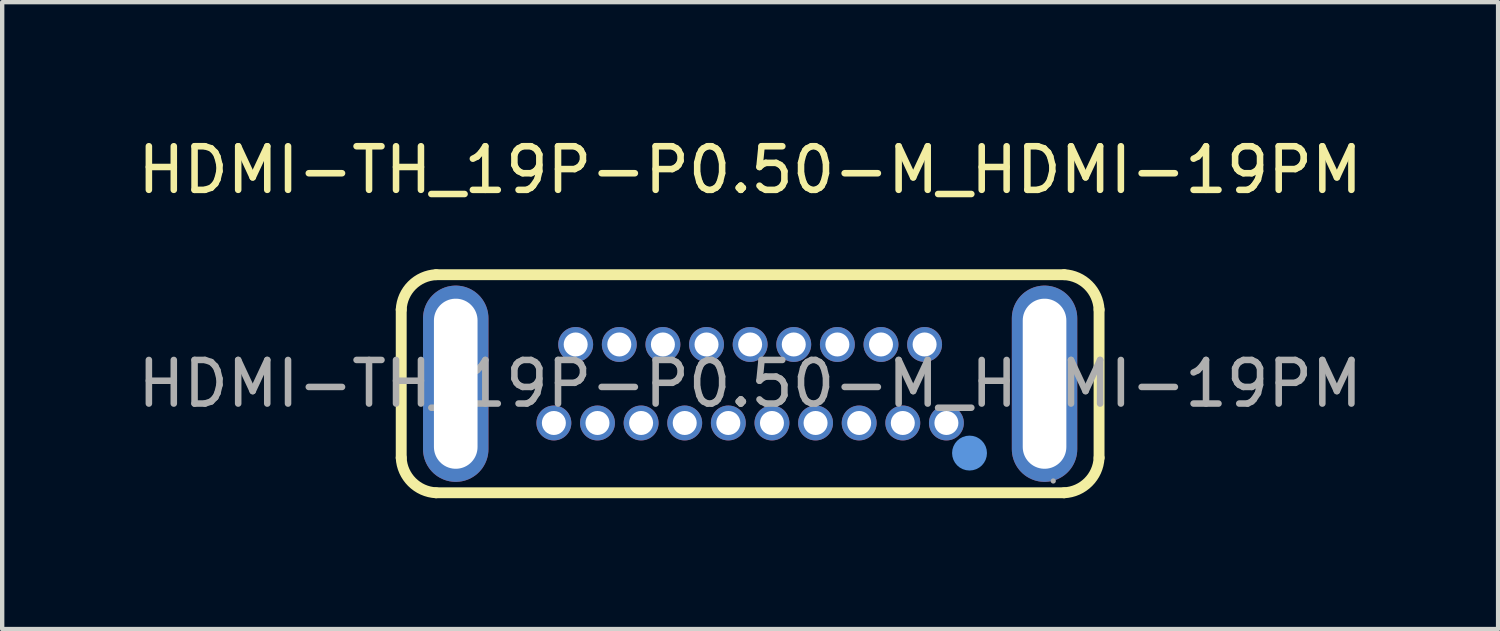
<source format=kicad_pcb>
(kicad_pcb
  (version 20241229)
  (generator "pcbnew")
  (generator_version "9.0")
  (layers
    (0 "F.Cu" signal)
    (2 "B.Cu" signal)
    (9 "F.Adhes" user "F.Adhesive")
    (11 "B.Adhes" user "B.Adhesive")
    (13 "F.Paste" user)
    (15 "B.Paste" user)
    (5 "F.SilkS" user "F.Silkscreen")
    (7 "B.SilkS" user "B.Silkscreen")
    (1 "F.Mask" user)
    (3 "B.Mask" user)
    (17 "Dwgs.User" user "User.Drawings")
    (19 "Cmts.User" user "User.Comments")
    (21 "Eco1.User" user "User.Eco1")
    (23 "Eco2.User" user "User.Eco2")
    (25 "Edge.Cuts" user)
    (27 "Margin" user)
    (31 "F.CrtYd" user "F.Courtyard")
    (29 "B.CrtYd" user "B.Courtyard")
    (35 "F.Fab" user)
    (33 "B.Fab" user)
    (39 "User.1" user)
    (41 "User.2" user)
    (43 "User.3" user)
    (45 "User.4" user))
  (footprint "HDMI-TH_19P-P0.50-M_HDMI-19PM"
    (layer "F.Cu")
    (at 14.149 5.748)
    (property "Reference" "HDMI-TH_19P-P0.50-M_HDMI-19PM" (at 0 -4.9 0) (layer "F.SilkS") (effects (font (size 1 1) (thickness 0.15))))
    (attr through_hole)
    (fp_line (start -8 -1.7) (end -8 1.7) (stroke (width 0.25) (type solid)) (layer "F.SilkS"))
    (fp_line (start -7.2 -2.5) (end 7.2 -2.5) (stroke (width 0.25) (type solid)) (layer "F.SilkS"))
    (fp_line (start 7.2 2.5) (end -7.2 2.5) (stroke (width 0.25) (type solid)) (layer "F.SilkS"))
    (fp_line (start 8 1.7) (end 8 -1.7) (stroke (width 0.25) (type solid)) (layer "F.SilkS"))
    (fp_arc (start -8 -1.7) (mid -7.754006 -2.255279) (end -7.198202 -2.500084) (stroke (width 0.25) (type solid)) (layer "F.SilkS"))
    (fp_arc (start -7.2 2.5) (mid -7.755279 2.254006) (end -8.000084 1.698202) (stroke (width 0.25) (type solid)) (layer "F.SilkS"))
    (fp_arc (start 7.2 -2.5) (mid 7.755279 -2.254006) (end 8.000084 -1.698202) (stroke (width 0.25) (type solid)) (layer "F.SilkS"))
    (fp_arc (start 8 1.7) (mid 7.754006 2.255279) (end 7.198202 2.500084) (stroke (width 0.25) (type solid)) (layer "F.SilkS"))
    (fp_circle (center 5.03 1.59) (end 5.23 1.59) (stroke (width 0.4) (type solid)) (fill no) (layer "Cmts.User"))
    (fp_circle (center 6.95 2.23) (end 6.98 2.23) (stroke (width 0.06) (type solid)) (fill no) (layer "F.Fab"))
    (fp_text user "${REFERENCE}" (at 0 0 0) (layer "F.Fab") (effects (font (size 1 1) (thickness 0.15))))
    (pad "1" thru_hole circle (at 4.5 0.9) (size 0.8 0.8) (drill 0.55) (layers "*.Cu" "*.Mask"))
    (pad "2" thru_hole circle (at 4 -0.9) (size 0.8 0.8) (drill 0.55) (layers "*.Cu" "*.Mask"))
    (pad "3" thru_hole circle (at 3.5 0.9) (size 0.8 0.8) (drill 0.55) (layers "*.Cu" "*.Mask"))
    (pad "4" thru_hole circle (at 3 -0.9) (size 0.8 0.8) (drill 0.55) (layers "*.Cu" "*.Mask"))
    (pad "5" thru_hole circle (at 2.5 0.9) (size 0.8 0.8) (drill 0.55) (layers "*.Cu" "*.Mask"))
    (pad "6" thru_hole circle (at 2 -0.9) (size 0.8 0.8) (drill 0.55) (layers "*.Cu" "*.Mask"))
    (pad "7" thru_hole circle (at 1.5 0.9) (size 0.8 0.8) (drill 0.55) (layers "*.Cu" "*.Mask"))
    (pad "8" thru_hole circle (at 1 -0.9) (size 0.8 0.8) (drill 0.55) (layers "*.Cu" "*.Mask"))
    (pad "9" thru_hole circle (at 0.5 0.9) (size 0.8 0.8) (drill 0.55) (layers "*.Cu" "*.Mask"))
    (pad "10" thru_hole circle (at 0 -0.9) (size 0.8 0.8) (drill 0.55) (layers "*.Cu" "*.Mask"))
    (pad "11" thru_hole circle (at -0.5 0.9) (size 0.8 0.8) (drill 0.55) (layers "*.Cu" "*.Mask"))
    (pad "12" thru_hole circle (at -1 -0.9) (size 0.8 0.8) (drill 0.55) (layers "*.Cu" "*.Mask"))
    (pad "13" thru_hole circle (at -1.5 0.9) (size 0.8 0.8) (drill 0.55) (layers "*.Cu" "*.Mask"))
    (pad "14" thru_hole circle (at -2 -0.9) (size 0.8 0.8) (drill 0.55) (layers "*.Cu" "*.Mask"))
    (pad "15" thru_hole circle (at -2.5 0.9) (size 0.8 0.8) (drill 0.55) (layers "*.Cu" "*.Mask"))
    (pad "16" thru_hole circle (at -3 -0.9) (size 0.8 0.8) (drill 0.55) (layers "*.Cu" "*.Mask"))
    (pad "17" thru_hole circle (at -3.5 0.9) (size 0.8 0.8) (drill 0.55) (layers "*.Cu" "*.Mask"))
    (pad "18" thru_hole circle (at -4 -0.9) (size 0.8 0.8) (drill 0.55) (layers "*.Cu" "*.Mask"))
    (pad "19" thru_hole circle (at -4.5 0.9) (size 0.8 0.8) (drill 0.55) (layers "*.Cu" "*.Mask"))
    (pad "SH" thru_hole oval (at -6.75 0) (size 1.5 4.5) (drill oval 1 3.9) (layers "*.Cu" "*.Mask"))
    (pad "SH" thru_hole oval (at 6.75 0) (size 1.5 4.5) (drill oval 1 3.9) (layers "*.Cu" "*.Mask")))
  (gr_rect
    (start -3 -3)
    (end 31.298 11.373)
    (stroke (width 0.1) (type default))
    (fill no)
    (layer "Edge.Cuts")))
</source>
